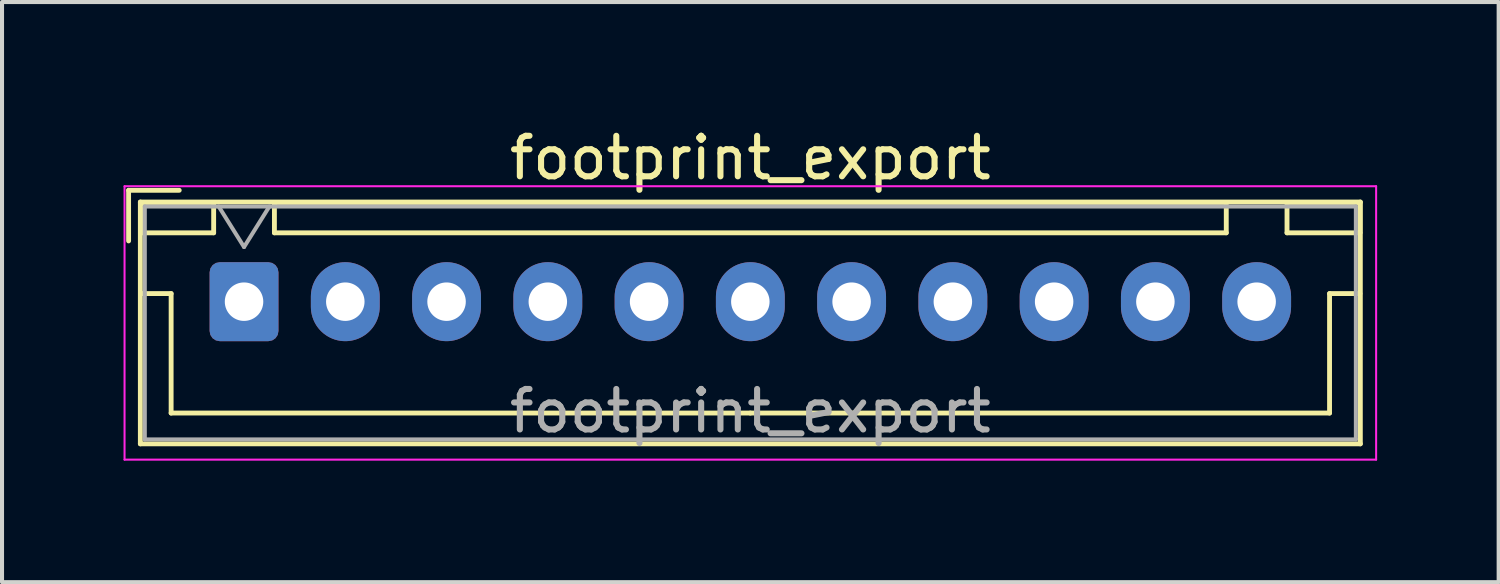
<source format=kicad_pcb>
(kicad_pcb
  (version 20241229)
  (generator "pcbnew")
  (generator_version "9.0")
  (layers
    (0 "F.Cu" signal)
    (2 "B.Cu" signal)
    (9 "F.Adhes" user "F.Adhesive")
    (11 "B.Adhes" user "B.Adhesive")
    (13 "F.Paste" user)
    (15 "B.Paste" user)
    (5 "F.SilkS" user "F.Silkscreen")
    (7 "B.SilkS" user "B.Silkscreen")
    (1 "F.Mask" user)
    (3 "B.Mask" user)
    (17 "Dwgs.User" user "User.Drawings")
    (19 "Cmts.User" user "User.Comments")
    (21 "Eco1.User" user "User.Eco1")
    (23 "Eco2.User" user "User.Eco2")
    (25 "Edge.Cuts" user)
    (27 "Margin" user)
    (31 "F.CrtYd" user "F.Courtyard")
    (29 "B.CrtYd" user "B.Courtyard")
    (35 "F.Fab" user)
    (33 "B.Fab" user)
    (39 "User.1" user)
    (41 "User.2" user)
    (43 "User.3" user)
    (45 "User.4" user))
  (footprint "footprint_export"
    (layer "F.Cu")
    (at 2.975 4.398)
    (property "Reference" "footprint_export" (at 12.5 -3.55 0) (layer "F.SilkS") (effects (font (size 1 1) (thickness 0.15))))
    (attr through_hole)
    (fp_line (start -2.85 -2.75) (end -2.85 -1.5) (stroke (width 0.12) (type solid)) (layer "F.SilkS"))
    (fp_line (start -2.56 -2.46) (end -2.56 3.51) (stroke (width 0.12) (type solid)) (layer "F.SilkS"))
    (fp_line (start -2.56 3.51) (end 27.56 3.51) (stroke (width 0.12) (type solid)) (layer "F.SilkS"))
    (fp_line (start -2.55 -2.45) (end -2.55 -1.7) (stroke (width 0.12) (type solid)) (layer "F.SilkS"))
    (fp_line (start -2.55 -1.7) (end -0.75 -1.7) (stroke (width 0.12) (type solid)) (layer "F.SilkS"))
    (fp_line (start -2.55 -0.2) (end -1.8 -0.2) (stroke (width 0.12) (type solid)) (layer "F.SilkS"))
    (fp_line (start -1.8 -0.2) (end -1.8 2.75) (stroke (width 0.12) (type solid)) (layer "F.SilkS"))
    (fp_line (start -1.8 2.75) (end 12.5 2.75) (stroke (width 0.12) (type solid)) (layer "F.SilkS"))
    (fp_line (start -1.6 -2.75) (end -2.85 -2.75) (stroke (width 0.12) (type solid)) (layer "F.SilkS"))
    (fp_line (start -0.75 -2.45) (end -2.55 -2.45) (stroke (width 0.12) (type solid)) (layer "F.SilkS"))
    (fp_line (start -0.75 -1.7) (end -0.75 -2.45) (stroke (width 0.12) (type solid)) (layer "F.SilkS"))
    (fp_line (start 0.75 -2.45) (end 0.75 -1.7) (stroke (width 0.12) (type solid)) (layer "F.SilkS"))
    (fp_line (start 0.75 -1.7) (end 24.25 -1.7) (stroke (width 0.12) (type solid)) (layer "F.SilkS"))
    (fp_line (start 24.25 -2.45) (end 0.75 -2.45) (stroke (width 0.12) (type solid)) (layer "F.SilkS"))
    (fp_line (start 24.25 -1.7) (end 24.25 -2.45) (stroke (width 0.12) (type solid)) (layer "F.SilkS"))
    (fp_line (start 25.75 -2.45) (end 25.75 -1.7) (stroke (width 0.12) (type solid)) (layer "F.SilkS"))
    (fp_line (start 25.75 -1.7) (end 27.55 -1.7) (stroke (width 0.12) (type solid)) (layer "F.SilkS"))
    (fp_line (start 26.8 -0.2) (end 26.8 2.75) (stroke (width 0.12) (type solid)) (layer "F.SilkS"))
    (fp_line (start 26.8 2.75) (end 12.5 2.75) (stroke (width 0.12) (type solid)) (layer "F.SilkS"))
    (fp_line (start 27.55 -2.45) (end 25.75 -2.45) (stroke (width 0.12) (type solid)) (layer "F.SilkS"))
    (fp_line (start 27.55 -1.7) (end 27.55 -2.45) (stroke (width 0.12) (type solid)) (layer "F.SilkS"))
    (fp_line (start 27.55 -0.2) (end 26.8 -0.2) (stroke (width 0.12) (type solid)) (layer "F.SilkS"))
    (fp_line (start 27.56 -2.46) (end -2.56 -2.46) (stroke (width 0.12) (type solid)) (layer "F.SilkS"))
    (fp_line (start 27.56 3.51) (end 27.56 -2.46) (stroke (width 0.12) (type solid)) (layer "F.SilkS"))
    (fp_line (start -2.95 -2.85) (end -2.95 3.9) (stroke (width 0.05) (type solid)) (layer "F.CrtYd"))
    (fp_line (start -2.95 3.9) (end 27.95 3.9) (stroke (width 0.05) (type solid)) (layer "F.CrtYd"))
    (fp_line (start 27.95 -2.85) (end -2.95 -2.85) (stroke (width 0.05) (type solid)) (layer "F.CrtYd"))
    (fp_line (start 27.95 3.9) (end 27.95 -2.85) (stroke (width 0.05) (type solid)) (layer "F.CrtYd"))
    (fp_line (start -2.45 -2.35) (end -2.45 3.4) (stroke (width 0.1) (type solid)) (layer "F.Fab"))
    (fp_line (start -2.45 3.4) (end 27.45 3.4) (stroke (width 0.1) (type solid)) (layer "F.Fab"))
    (fp_line (start -0.625 -2.35) (end 0 -1.35) (stroke (width 0.1) (type solid)) (layer "F.Fab"))
    (fp_line (start 0 -1.35) (end 0.625 -2.35) (stroke (width 0.1) (type solid)) (layer "F.Fab"))
    (fp_line (start 27.45 -2.35) (end -2.45 -2.35) (stroke (width 0.1) (type solid)) (layer "F.Fab"))
    (fp_line (start 27.45 3.4) (end 27.45 -2.35) (stroke (width 0.1) (type solid)) (layer "F.Fab"))
    (fp_text user "${REFERENCE}" (at 12.5 2.7 0) (layer "F.Fab") (effects (font (size 1 1) (thickness 0.15))))
    (pad "1" thru_hole roundrect (at 0 0) (size 1.7 1.95) (drill 0.95) (layers "*.Cu" "*.Mask") (roundrect_rratio 0.147))
    (pad "2" thru_hole oval (at 2.5 0) (size 1.7 1.95) (drill 0.95) (layers "*.Cu" "*.Mask"))
    (pad "3" thru_hole oval (at 5 0) (size 1.7 1.95) (drill 0.95) (layers "*.Cu" "*.Mask"))
    (pad "4" thru_hole oval (at 7.5 0) (size 1.7 1.95) (drill 0.95) (layers "*.Cu" "*.Mask"))
    (pad "5" thru_hole oval (at 10 0) (size 1.7 1.95) (drill 0.95) (layers "*.Cu" "*.Mask"))
    (pad "6" thru_hole oval (at 12.5 0) (size 1.7 1.95) (drill 0.95) (layers "*.Cu" "*.Mask"))
    (pad "7" thru_hole oval (at 15 0) (size 1.7 1.95) (drill 0.95) (layers "*.Cu" "*.Mask"))
    (pad "8" thru_hole oval (at 17.5 0) (size 1.7 1.95) (drill 0.95) (layers "*.Cu" "*.Mask"))
    (pad "9" thru_hole oval (at 20 0) (size 1.7 1.95) (drill 0.95) (layers "*.Cu" "*.Mask"))
    (pad "10" thru_hole oval (at 22.5 0) (size 1.7 1.95) (drill 0.95) (layers "*.Cu" "*.Mask"))
    (pad "11" thru_hole oval (at 25 0) (size 1.7 1.95) (drill 0.95) (layers "*.Cu" "*.Mask")))
  (gr_rect
    (start -3 -3)
    (end 33.95 11.323)
    (stroke (width 0.1) (type default))
    (fill no)
    (layer "Edge.Cuts")))
</source>
